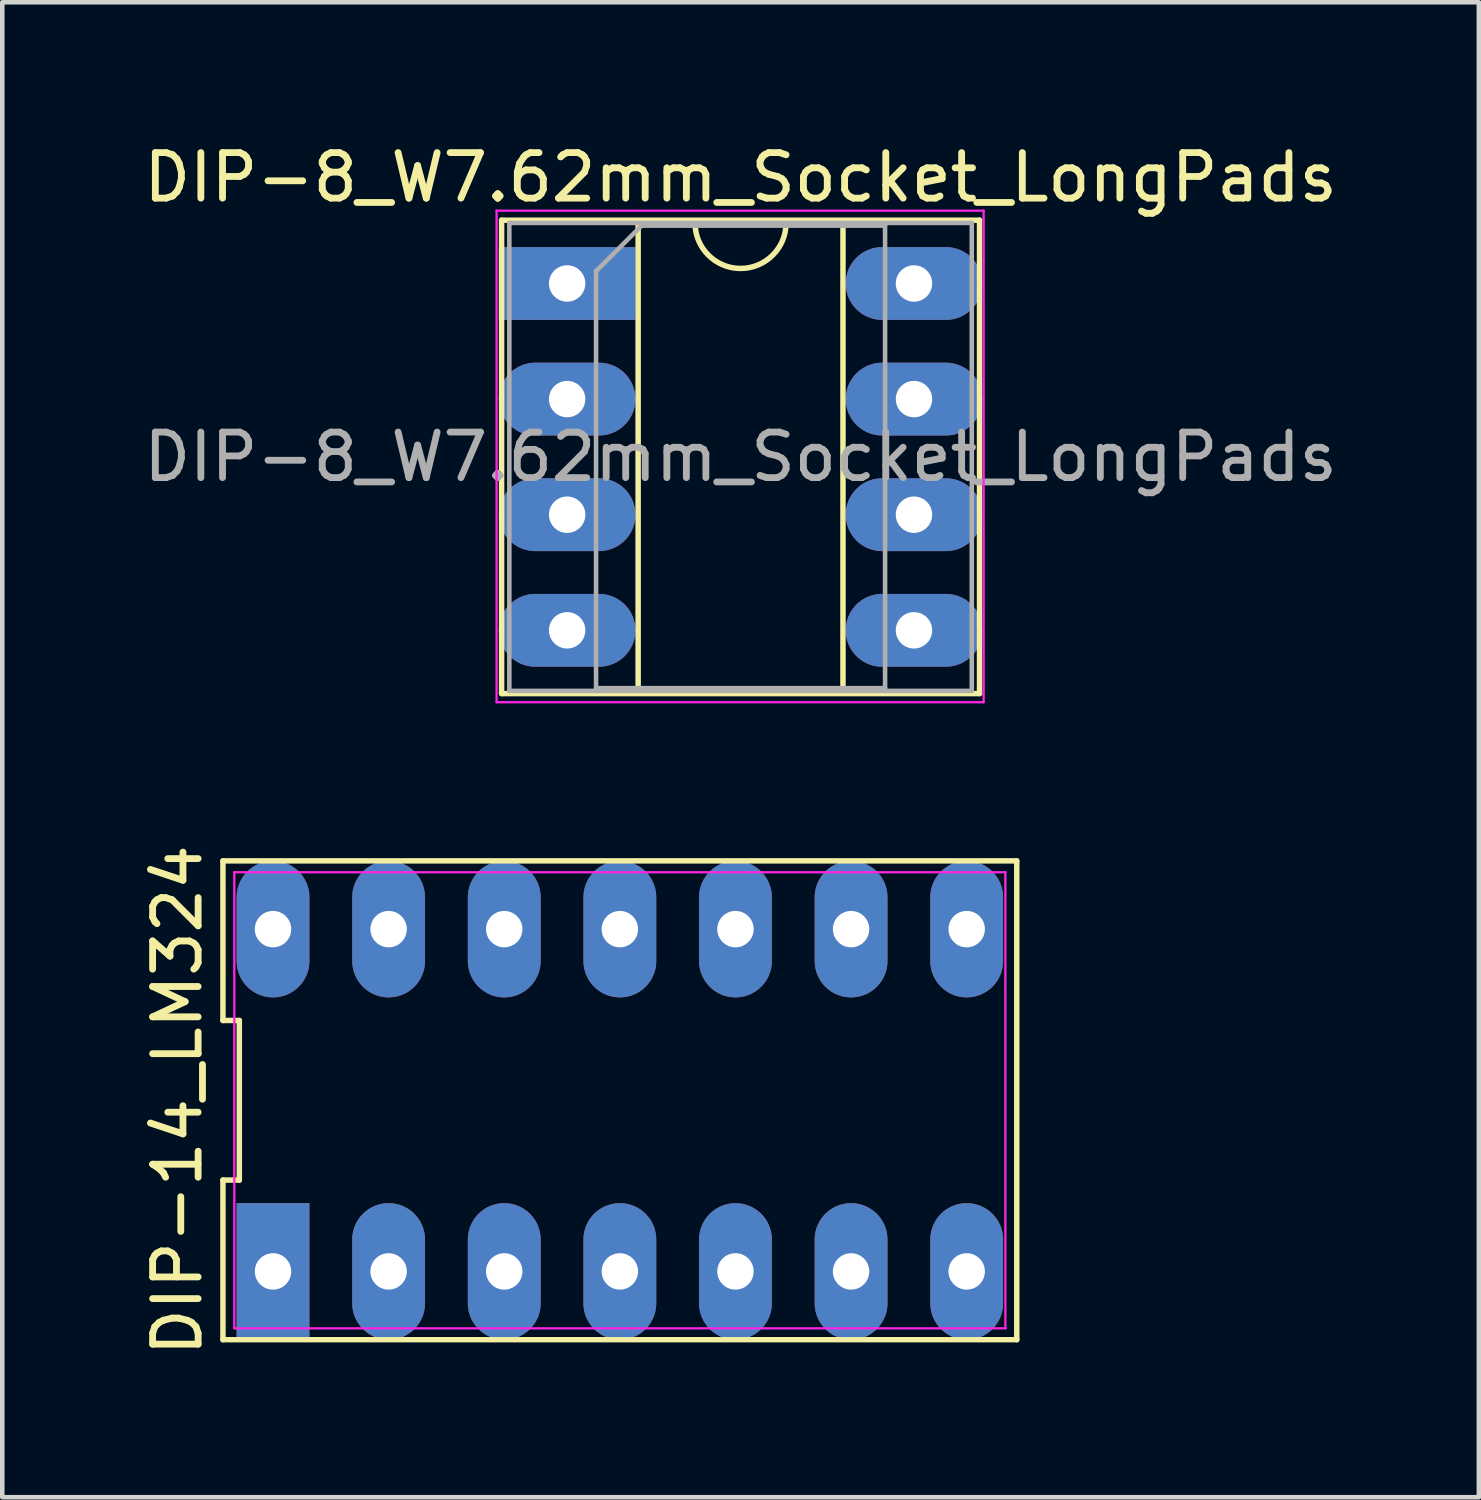
<source format=kicad_pcb>
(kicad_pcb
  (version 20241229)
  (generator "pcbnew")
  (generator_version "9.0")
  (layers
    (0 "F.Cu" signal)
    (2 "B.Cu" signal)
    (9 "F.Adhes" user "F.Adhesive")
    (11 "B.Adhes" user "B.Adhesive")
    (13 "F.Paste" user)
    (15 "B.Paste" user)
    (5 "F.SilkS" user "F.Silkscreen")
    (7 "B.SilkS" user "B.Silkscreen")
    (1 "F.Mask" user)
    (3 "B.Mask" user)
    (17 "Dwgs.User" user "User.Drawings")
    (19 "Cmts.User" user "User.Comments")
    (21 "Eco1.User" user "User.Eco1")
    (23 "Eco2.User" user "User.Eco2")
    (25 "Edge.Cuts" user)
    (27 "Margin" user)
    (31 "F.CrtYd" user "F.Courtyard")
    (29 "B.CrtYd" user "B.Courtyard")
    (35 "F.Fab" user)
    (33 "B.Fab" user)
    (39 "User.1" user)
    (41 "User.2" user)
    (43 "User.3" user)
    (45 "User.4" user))
  (footprint "DIP-8_W7.62mm_Socket_LongPads"
    (layer "F.Cu")
    (at 9.41 3.178)
    (property "Reference" "DIP-8_W7.62mm_Socket_LongPads" (at 3.81 -2.33 0) (layer "F.SilkS") (effects (font (size 1 1) (thickness 0.15))))
    (attr through_hole)
    (fp_line (start -1.44 -1.39) (end -1.44 9.01) (stroke (width 0.12) (type solid)) (layer "F.SilkS"))
    (fp_line (start -1.44 9.01) (end 9.06 9.01) (stroke (width 0.12) (type solid)) (layer "F.SilkS"))
    (fp_line (start 1.56 -1.33) (end 1.56 8.95) (stroke (width 0.12) (type solid)) (layer "F.SilkS"))
    (fp_line (start 1.56 8.95) (end 6.06 8.95) (stroke (width 0.12) (type solid)) (layer "F.SilkS"))
    (fp_line (start 2.81 -1.33) (end 1.56 -1.33) (stroke (width 0.12) (type solid)) (layer "F.SilkS"))
    (fp_line (start 6.06 -1.33) (end 4.81 -1.33) (stroke (width 0.12) (type solid)) (layer "F.SilkS"))
    (fp_line (start 6.06 8.95) (end 6.06 -1.33) (stroke (width 0.12) (type solid)) (layer "F.SilkS"))
    (fp_line (start 9.06 -1.39) (end -1.44 -1.39) (stroke (width 0.12) (type solid)) (layer "F.SilkS"))
    (fp_line (start 9.06 9.01) (end 9.06 -1.39) (stroke (width 0.12) (type solid)) (layer "F.SilkS"))
    (fp_arc (start 4.81 -1.33) (mid 3.81 -0.33) (end 2.81 -1.33) (stroke (width 0.12) (type solid)) (layer "F.SilkS"))
    (fp_line (start -1.55 -1.6) (end -1.55 9.2) (stroke (width 0.05) (type solid)) (layer "F.CrtYd"))
    (fp_line (start -1.55 9.2) (end 9.15 9.2) (stroke (width 0.05) (type solid)) (layer "F.CrtYd"))
    (fp_line (start 9.15 -1.6) (end -1.55 -1.6) (stroke (width 0.05) (type solid)) (layer "F.CrtYd"))
    (fp_line (start 9.15 9.2) (end 9.15 -1.6) (stroke (width 0.05) (type solid)) (layer "F.CrtYd"))
    (fp_line (start -1.27 -1.33) (end -1.27 8.95) (stroke (width 0.1) (type solid)) (layer "F.Fab"))
    (fp_line (start -1.27 8.95) (end 8.89 8.95) (stroke (width 0.1) (type solid)) (layer "F.Fab"))
    (fp_line (start 0.635 -0.27) (end 1.635 -1.27) (stroke (width 0.1) (type solid)) (layer "F.Fab"))
    (fp_line (start 0.635 8.89) (end 0.635 -0.27) (stroke (width 0.1) (type solid)) (layer "F.Fab"))
    (fp_line (start 1.635 -1.27) (end 6.985 -1.27) (stroke (width 0.1) (type solid)) (layer "F.Fab"))
    (fp_line (start 6.985 -1.27) (end 6.985 8.89) (stroke (width 0.1) (type solid)) (layer "F.Fab"))
    (fp_line (start 6.985 8.89) (end 0.635 8.89) (stroke (width 0.1) (type solid)) (layer "F.Fab"))
    (fp_line (start 8.89 -1.33) (end -1.27 -1.33) (stroke (width 0.1) (type solid)) (layer "F.Fab"))
    (fp_line (start 8.89 8.95) (end 8.89 -1.33) (stroke (width 0.1) (type solid)) (layer "F.Fab"))
    (fp_text user "${REFERENCE}" (at 3.81 3.81 0) (layer "F.Fab") (effects (font (size 1 1) (thickness 0.15))))
    (pad "1" thru_hole rect (at 0 0) (size 3 1.6) (drill 0.8) (layers "*.Cu" "*.Mask"))
    (pad "2" thru_hole oval (at 0 2.54) (size 3 1.6) (drill 0.8) (layers "*.Cu" "*.Mask"))
    (pad "3" thru_hole oval (at 0 5.08) (size 3 1.6) (drill 0.8) (layers "*.Cu" "*.Mask"))
    (pad "4" thru_hole oval (at 0 7.62) (size 3 1.6) (drill 0.8) (layers "*.Cu" "*.Mask"))
    (pad "5" thru_hole oval (at 7.62 7.62) (size 3 1.6) (drill 0.8) (layers "*.Cu" "*.Mask"))
    (pad "6" thru_hole oval (at 7.62 5.08) (size 3 1.6) (drill 0.8) (layers "*.Cu" "*.Mask"))
    (pad "7" thru_hole oval (at 7.62 2.54) (size 3 1.6) (drill 0.8) (layers "*.Cu" "*.Mask"))
    (pad "8" thru_hole oval (at 7.62 0) (size 3 1.6) (drill 0.8) (layers "*.Cu" "*.Mask")))
  (footprint "DIP-14_LM324"
    (layer "F.Cu")
    (at 10.568 21.123)
    (property "Reference" "DIP-14_LM324" (at -9.72 0 90) (layer "F.SilkS") (effects (font (size 1 1) (thickness 0.15))))
    (attr through_hole)
    (fp_line (start -8.72 -5.26) (end -8.72 -1.753) (stroke (width 0.12) (type default)) (layer "F.SilkS"))
    (fp_line (start -8.72 -1.753) (end -8.36 -1.753) (stroke (width 0.12) (type default)) (layer "F.SilkS"))
    (fp_line (start -8.72 1.753) (end -8.72 5.26) (stroke (width 0.12) (type default)) (layer "F.SilkS"))
    (fp_line (start -8.72 5.26) (end 8.72 5.26) (stroke (width 0.12) (type default)) (layer "F.SilkS"))
    (fp_line (start -8.36 -1.753) (end -8.36 1.753) (stroke (width 0.12) (type default)) (layer "F.SilkS"))
    (fp_line (start -8.36 1.753) (end -8.72 1.753) (stroke (width 0.12) (type default)) (layer "F.SilkS"))
    (fp_line (start 8.72 -5.26) (end -8.72 -5.26) (stroke (width 0.12) (type default)) (layer "F.SilkS"))
    (fp_line (start 8.72 5.26) (end 8.72 -5.26) (stroke (width 0.12) (type default)) (layer "F.SilkS"))
    (fp_line (start -8.47 -5.01) (end 8.47 -5.01) (stroke (width 0.05) (type default)) (layer "F.CrtYd"))
    (fp_line (start -8.47 5.01) (end -8.47 -5.01) (stroke (width 0.05) (type default)) (layer "F.CrtYd"))
    (fp_line (start 8.47 -5.01) (end 8.47 5.01) (stroke (width 0.05) (type default)) (layer "F.CrtYd"))
    (fp_line (start 8.47 5.01) (end -8.47 5.01) (stroke (width 0.05) (type default)) (layer "F.CrtYd"))
    (pad "1" thru_hole rect (at -7.62 3.76) (size 1.6 3) (drill 0.8) (layers "*.Cu" "*.Mask"))
    (pad "2" thru_hole oval (at -5.08 3.76) (size 1.6 3) (drill 0.8) (layers "*.Cu" "*.Mask"))
    (pad "3" thru_hole oval (at -2.54 3.76) (size 1.6 3) (drill 0.8) (layers "*.Cu" "*.Mask"))
    (pad "4" thru_hole oval (at 0 3.76) (size 1.6 3) (drill 0.8) (layers "*.Cu" "*.Mask"))
    (pad "5" thru_hole oval (at 2.54 3.76) (size 1.6 3) (drill 0.8) (layers "*.Cu" "*.Mask"))
    (pad "6" thru_hole oval (at 5.08 3.76) (size 1.6 3) (drill 0.8) (layers "*.Cu" "*.Mask"))
    (pad "7" thru_hole oval (at 7.62 3.76) (size 1.6 3) (drill 0.8) (layers "*.Cu" "*.Mask"))
    (pad "8" thru_hole oval (at 7.62 -3.76) (size 1.6 3) (drill 0.8) (layers "*.Cu" "*.Mask"))
    (pad "9" thru_hole oval (at 5.08 -3.76) (size 1.6 3) (drill 0.8) (layers "*.Cu" "*.Mask"))
    (pad "10" thru_hole oval (at 2.54 -3.76) (size 1.6 3) (drill 0.8) (layers "*.Cu" "*.Mask"))
    (pad "11" thru_hole oval (at 0 -3.76) (size 1.6 3) (drill 0.8) (layers "*.Cu" "*.Mask"))
    (pad "12" thru_hole oval (at -2.54 -3.76) (size 1.6 3) (drill 0.8) (layers "*.Cu" "*.Mask"))
    (pad "13" thru_hole oval (at -5.08 -3.76) (size 1.6 3) (drill 0.8) (layers "*.Cu" "*.Mask"))
    (pad "14" thru_hole oval (at -7.62 -3.76) (size 1.6 3) (drill 0.8) (layers "*.Cu" "*.Mask")))
  (gr_rect
    (start -3 -3)
    (end 29.44 29.844)
    (stroke (width 0.1) (type default))
    (fill no)
    (layer "Edge.Cuts")))
</source>
